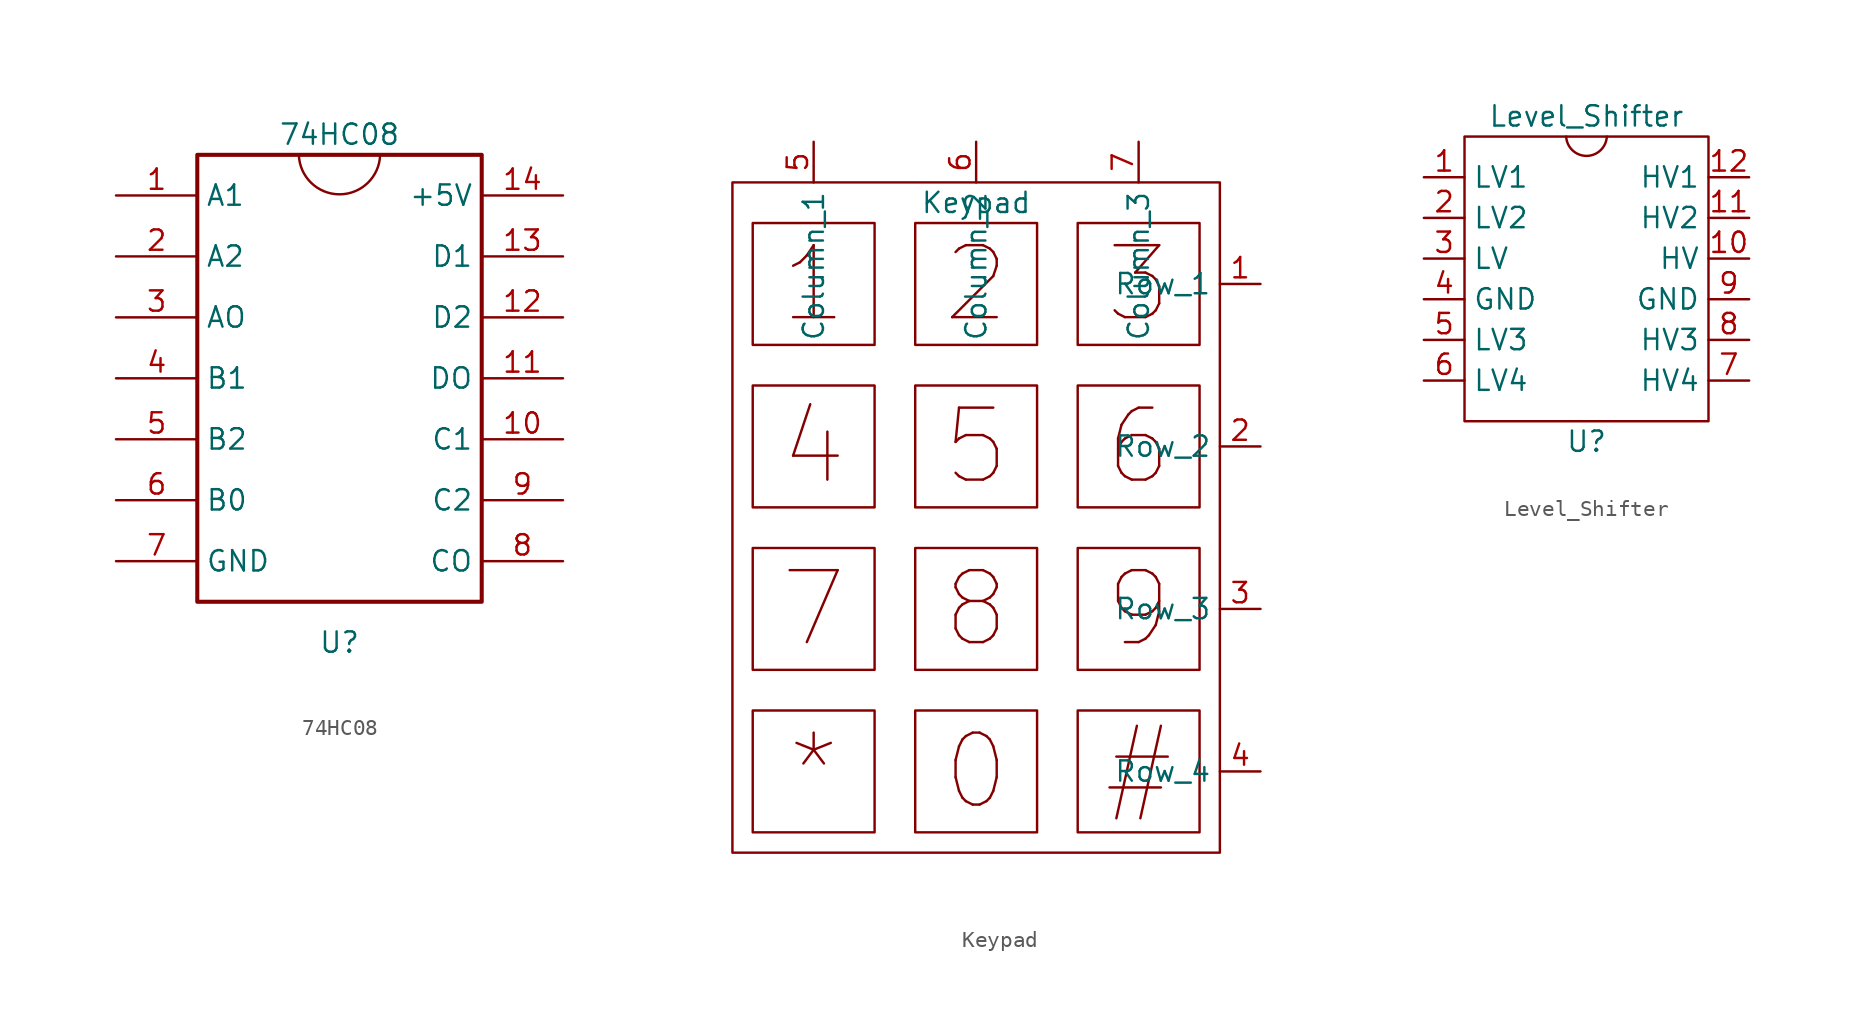
<source format=kicad_sym>
(kicad_symbol_lib
  (version 20211014)
  (generator kicad_symbol_editor)
  (symbol "74HC08"
    (property "Reference" "U"
      (at 0 -16.51 0)
      (effects (font (size 1.27 1.27))))
    (property "Value" "74HC08"
      (at 0 15.24 0)
      (effects (font (size 1.27 1.27))))
    (symbol "74HC08_0_1"
      (rectangle (start -8.89 13.97) (end 8.89 -13.97) (stroke (width 0.254) (type default) (color 0 0 0 0)) (fill (type none)))
      (arc (start -2.54 13.97) (mid 0 11.5003) (end 2.54 13.97) (stroke (width 0) (type default) (color 0 0 0 0)) (fill (type none))))
    (symbol "74HC08_1_0"
      (pin input line (at -13.97 11.43 0) (length 5.08) (name "A1" (effects (font (size 1.27 1.27)))) (number "1" (effects (font (size 1.27 1.27)))))
      (pin input line (at 13.97 -3.81 180) (length 5.08) (name "C1" (effects (font (size 1.27 1.27)))) (number "10" (effects (font (size 1.27 1.27)))))
      (pin output line (at 13.97 0 180) (length 5.08) (name "DO" (effects (font (size 1.27 1.27)))) (number "11" (effects (font (size 1.27 1.27)))))
      (pin input line (at 13.97 3.81 180) (length 5.08) (name "D2" (effects (font (size 1.27 1.27)))) (number "12" (effects (font (size 1.27 1.27)))))
      (pin input line (at 13.97 7.62 180) (length 5.08) (name "D1" (effects (font (size 1.27 1.27)))) (number "13" (effects (font (size 1.27 1.27)))))
      (pin power_in line (at 13.97 11.43 180) (length 5.08) (name "+5V" (effects (font (size 1.27 1.27)))) (number "14" (effects (font (size 1.27 1.27)))))
      (pin input line (at -13.97 7.62 0) (length 5.08) (name "A2" (effects (font (size 1.27 1.27)))) (number "2" (effects (font (size 1.27 1.27)))))
      (pin output line (at -13.97 3.81 0) (length 5.08) (name "AO" (effects (font (size 1.27 1.27)))) (number "3" (effects (font (size 1.27 1.27)))))
      (pin input line (at -13.97 0 0) (length 5.08) (name "B1" (effects (font (size 1.27 1.27)))) (number "4" (effects (font (size 1.27 1.27)))))
      (pin input line (at -13.97 -3.81 0) (length 5.08) (name "B2" (effects (font (size 1.27 1.27)))) (number "5" (effects (font (size 1.27 1.27)))))
      (pin output line (at -13.97 -7.62 0) (length 5.08) (name "B0" (effects (font (size 1.27 1.27)))) (number "6" (effects (font (size 1.27 1.27)))))
      (pin power_out line (at -13.97 -11.43 0) (length 5.08) (name "GND" (effects (font (size 1.27 1.27)))) (number "7" (effects (font (size 1.27 1.27)))))
      (pin output line (at 13.97 -11.43 180) (length 5.08) (name "CO" (effects (font (size 1.27 1.27)))) (number "8" (effects (font (size 1.27 1.27)))))
      (pin input line (at 13.97 -7.62 180) (length 5.08) (name "C2" (effects (font (size 1.27 1.27)))) (number "9" (effects (font (size 1.27 1.27)))))))
  (symbol "Keypad"
    (property "Reference" "U"
      (at -13.97 20.32 0)
      (effects (font (size 1.27 1.27)) hide))
    (property "Value" "Keypad"
      (at 0 20.32 0)
      (effects (font (size 1.27 1.27))))
    (symbol "Keypad_0_0"
      (rectangle (start -15.24 21.59) (end 15.24 -20.32) (stroke (width 0) (type default) (color 0 0 0 0)) (fill (type none)))
      (text "#" (at 10.16 -15.24 0) (effects (font (size 4.5 4.5))))
      (text "*" (at -10.16 -15.24 0) (effects (font (size 4.5 4.5))))
      (text "0" (at 0 -15.24 0) (effects (font (size 4.5 4.5))))
      (text "1" (at -10.16 15.24 0) (effects (font (size 4.5 4.5))))
      (text "2" (at 0 15.24 0) (effects (font (size 4.5 4.5))))
      (text "3" (at 10.16 15.24 0) (effects (font (size 4.5 4.5))))
      (text "4" (at -10.16 5.08 0) (effects (font (size 4.5 4.5))))
      (text "5" (at 0 5.08 0) (effects (font (size 4.5 4.5))))
      (text "6" (at 10.16 5.08 0) (effects (font (size 4.5 4.5))))
      (text "7" (at -10.16 -5.08 0) (effects (font (size 4.5 4.5))))
      (text "8" (at 0 -5.08 0) (effects (font (size 4.5 4.5))))
      (text "9" (at 10.16 -5.08 0) (effects (font (size 4.5 4.5)))))
    (symbol "Keypad_0_1"
      (rectangle (start -13.97 -11.43) (end -6.35 -19.05) (stroke (width 0) (type default) (color 0 0 0 0)) (fill (type none)))
      (rectangle (start -13.97 -1.27) (end -6.35 -8.89) (stroke (width 0) (type default) (color 0 0 0 0)) (fill (type none)))
      (rectangle (start -13.97 8.89) (end -6.35 1.27) (stroke (width 0) (type default) (color 0 0 0 0)) (fill (type none)))
      (rectangle (start -13.97 19.05) (end -6.35 11.43) (stroke (width 0) (type default) (color 0 0 0 0)) (fill (type none)))
      (rectangle (start -3.81 -11.43) (end 3.81 -19.05) (stroke (width 0) (type default) (color 0 0 0 0)) (fill (type none)))
      (rectangle (start -3.81 -1.27) (end 3.81 -8.89) (stroke (width 0) (type default) (color 0 0 0 0)) (fill (type none)))
      (rectangle (start -3.81 8.89) (end 3.81 1.27) (stroke (width 0) (type default) (color 0 0 0 0)) (fill (type none)))
      (rectangle (start -3.81 19.05) (end 3.81 11.43) (stroke (width 0) (type default) (color 0 0 0 0)) (fill (type none)))
      (rectangle (start 6.35 -11.43) (end 13.97 -19.05) (stroke (width 0) (type default) (color 0 0 0 0)) (fill (type none)))
      (rectangle (start 6.35 -1.27) (end 13.97 -8.89) (stroke (width 0) (type default) (color 0 0 0 0)) (fill (type none)))
      (rectangle (start 6.35 8.89) (end 13.97 1.27) (stroke (width 0) (type default) (color 0 0 0 0)) (fill (type none)))
      (rectangle (start 6.35 19.05) (end 13.97 11.43) (stroke (width 0) (type default) (color 0 0 0 0)) (fill (type none))))
    (symbol "Keypad_1_1"
      (pin bidirectional line (at 17.78 15.24 180) (length 2.54) (name "Row_1" (effects (font (size 1.27 1.27)))) (number "1" (effects (font (size 1.27 1.27)))))
      (pin bidirectional line (at 17.78 5.08 180) (length 2.54) (name "Row_2" (effects (font (size 1.27 1.27)))) (number "2" (effects (font (size 1.27 1.27)))))
      (pin bidirectional line (at 17.78 -5.08 180) (length 2.54) (name "Row_3" (effects (font (size 1.27 1.27)))) (number "3" (effects (font (size 1.27 1.27)))))
      (pin bidirectional line (at 17.78 -15.24 180) (length 2.54) (name "Row_4" (effects (font (size 1.27 1.27)))) (number "4" (effects (font (size 1.27 1.27)))))
      (pin bidirectional line (at -10.16 24.13 270) (length 2.54) (name "Column_1" (effects (font (size 1.27 1.27)))) (number "5" (effects (font (size 1.27 1.27)))))
      (pin bidirectional line (at 0 24.13 270) (length 2.54) (name "Column_2" (effects (font (size 1.27 1.27)))) (number "6" (effects (font (size 1.27 1.27)))))
      (pin bidirectional line (at 10.16 24.13 270) (length 2.54) (name "Column_3" (effects (font (size 1.27 1.27)))) (number "7" (effects (font (size 1.27 1.27)))))))
  (symbol "Level_Shifter"
    (property "Reference" "U"
      (at 0 -10.16 0)
      (effects (font (size 1.27 1.27))))
    (property "Value" "Level_Shifter"
      (at 0 10.16 0)
      (effects (font (size 1.27 1.27))))
    (symbol "Level_Shifter_0_1"
      (rectangle (start -7.62 8.89) (end 7.62 -8.89) (stroke (width 0) (type default) (color 0 0 0 0)) (fill (type none)))
      (arc (start -1.27 8.89) (mid 0 7.684) (end 1.27 8.89) (stroke (width 0) (type default) (color 0 0 0 0)) (fill (type none))))
    (symbol "Level_Shifter_1_1"
      (pin bidirectional line (at -10.16 6.35 0) (length 2.54) (name "LV1" (effects (font (size 1.27 1.27)))) (number "1" (effects (font (size 1.27 1.27)))))
      (pin power_in line (at 10.16 1.27 180) (length 2.54) (name "HV" (effects (font (size 1.27 1.27)))) (number "10" (effects (font (size 1.27 1.27)))))
      (pin bidirectional line (at 10.16 3.81 180) (length 2.54) (name "HV2" (effects (font (size 1.27 1.27)))) (number "11" (effects (font (size 1.27 1.27)))))
      (pin bidirectional line (at 10.16 6.35 180) (length 2.54) (name "HV1" (effects (font (size 1.27 1.27)))) (number "12" (effects (font (size 1.27 1.27)))))
      (pin bidirectional line (at -10.16 3.81 0) (length 2.54) (name "LV2" (effects (font (size 1.27 1.27)))) (number "2" (effects (font (size 1.27 1.27)))))
      (pin power_in line (at -10.16 1.27 0) (length 2.54) (name "LV" (effects (font (size 1.27 1.27)))) (number "3" (effects (font (size 1.27 1.27)))))
      (pin power_out line (at -10.16 -1.27 0) (length 2.54) (name "GND" (effects (font (size 1.27 1.27)))) (number "4" (effects (font (size 1.27 1.27)))))
      (pin bidirectional line (at -10.16 -3.81 0) (length 2.54) (name "LV3" (effects (font (size 1.27 1.27)))) (number "5" (effects (font (size 1.27 1.27)))))
      (pin bidirectional line (at -10.16 -6.35 0) (length 2.54) (name "LV4" (effects (font (size 1.27 1.27)))) (number "6" (effects (font (size 1.27 1.27)))))
      (pin bidirectional line (at 10.16 -6.35 180) (length 2.54) (name "HV4" (effects (font (size 1.27 1.27)))) (number "7" (effects (font (size 1.27 1.27)))))
      (pin bidirectional line (at 10.16 -3.81 180) (length 2.54) (name "HV3" (effects (font (size 1.27 1.27)))) (number "8" (effects (font (size 1.27 1.27)))))
      (pin power_out line (at 10.16 -1.27 180) (length 2.54) (name "GND" (effects (font (size 1.27 1.27)))) (number "9" (effects (font (size 1.27 1.27))))))))
</source>
